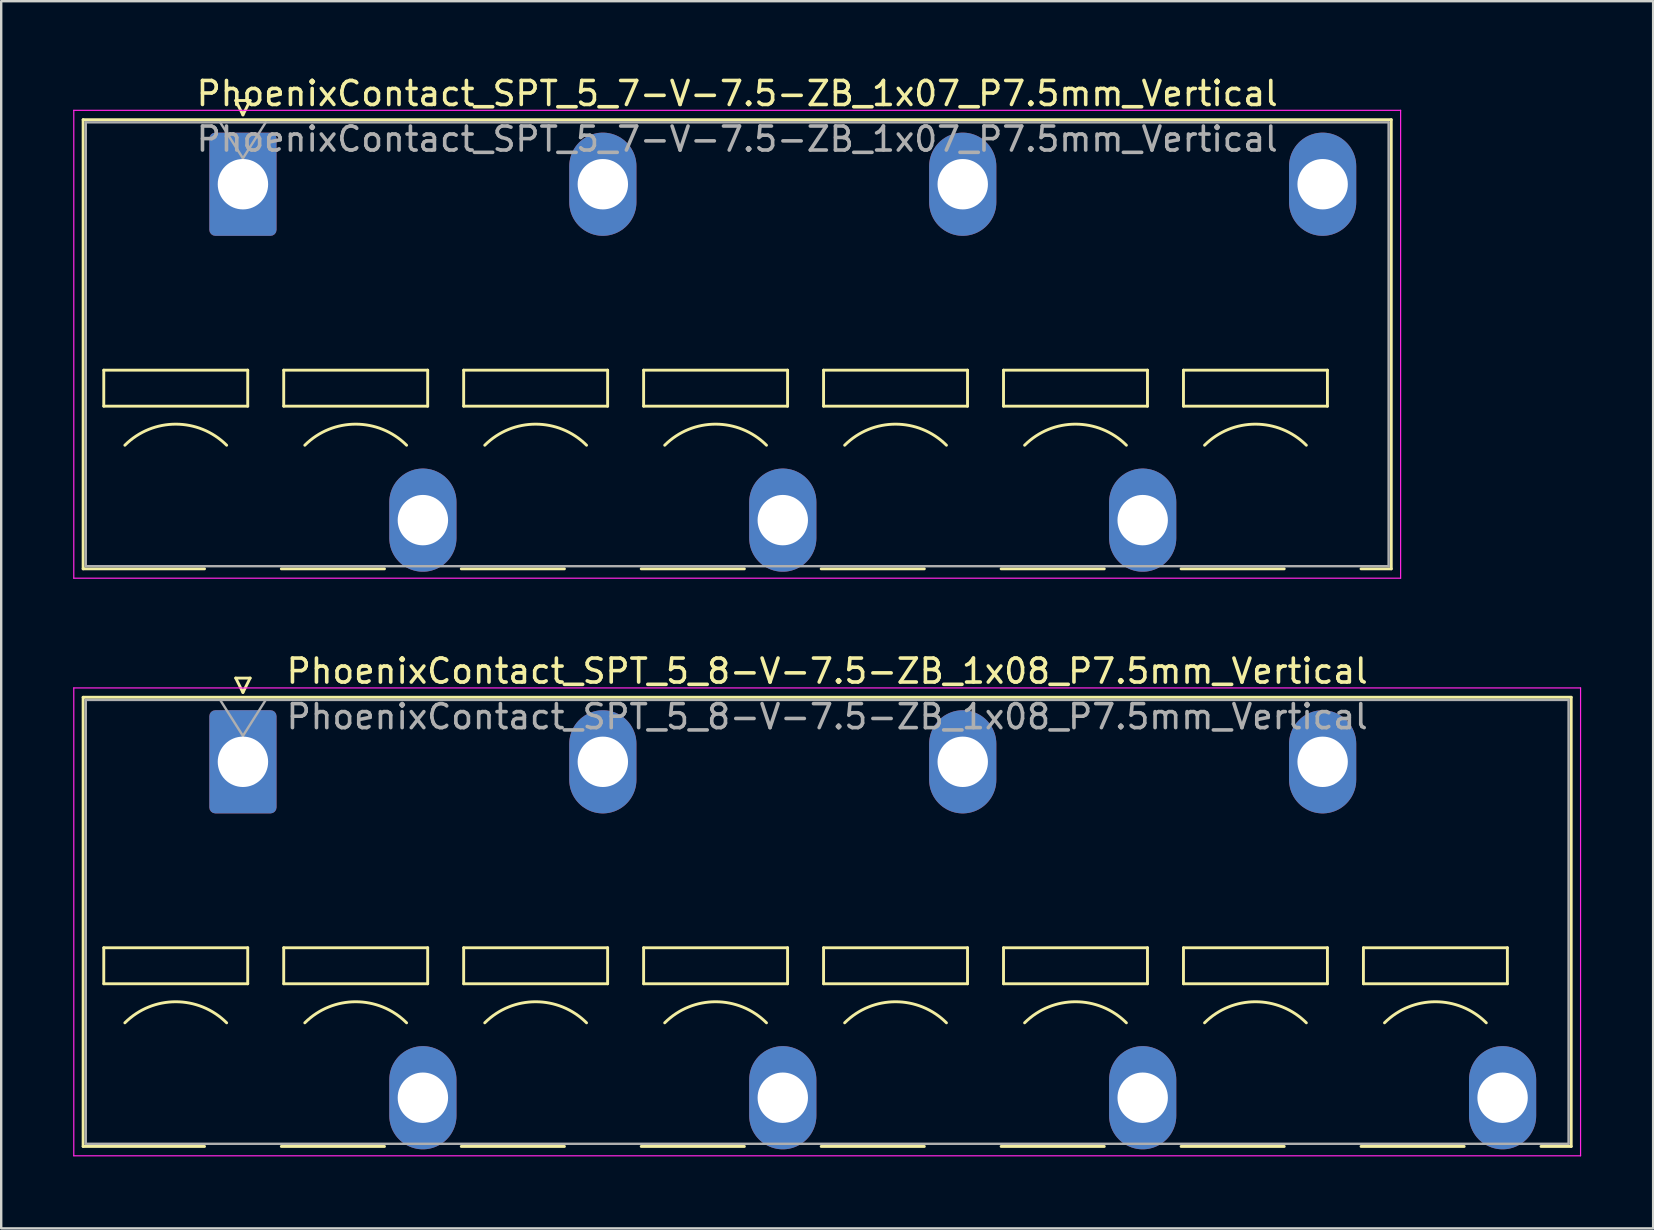
<source format=kicad_pcb>
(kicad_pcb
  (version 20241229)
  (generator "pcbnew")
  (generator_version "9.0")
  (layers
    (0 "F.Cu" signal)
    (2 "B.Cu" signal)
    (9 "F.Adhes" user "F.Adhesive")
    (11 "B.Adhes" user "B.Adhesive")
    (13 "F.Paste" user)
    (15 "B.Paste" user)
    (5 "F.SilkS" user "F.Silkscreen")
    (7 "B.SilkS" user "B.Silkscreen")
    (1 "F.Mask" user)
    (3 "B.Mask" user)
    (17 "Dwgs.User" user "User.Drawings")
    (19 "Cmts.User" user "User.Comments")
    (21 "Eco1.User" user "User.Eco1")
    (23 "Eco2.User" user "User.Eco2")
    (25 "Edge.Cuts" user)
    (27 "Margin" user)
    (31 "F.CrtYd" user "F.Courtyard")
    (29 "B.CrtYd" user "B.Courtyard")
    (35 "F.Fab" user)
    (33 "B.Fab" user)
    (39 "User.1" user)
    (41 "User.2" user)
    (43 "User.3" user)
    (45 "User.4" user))
  (footprint "PhoenixContact_SPT_5_8-V-7.5-ZB_1x08_P7.5mm_Vertical"
    (layer "F.Cu")
    (at 7.075 28.701)
    (property "Reference" "PhoenixContact_SPT_5_8-V-7.5-ZB_1x08_P7.5mm_Vertical" (at 24.35 -3.78 0) (layer "F.SilkS") (effects (font (size 1 1) (thickness 0.15))))
    (attr through_hole)
    (fp_line (start -6.66 -2.69) (end 55.36 -2.69) (stroke (width 0.12) (type solid)) (layer "F.SilkS"))
    (fp_line (start -6.66 16.03) (end -6.66 -2.69) (stroke (width 0.12) (type solid)) (layer "F.SilkS"))
    (fp_line (start -6.66 16.03) (end -1.6 16.03) (stroke (width 0.12) (type solid)) (layer "F.SilkS"))
    (fp_line (start -5.8 7.75) (end -5.8 9.25) (stroke (width 0.12) (type solid)) (layer "F.SilkS"))
    (fp_line (start -5.8 9.25) (end 0.2 9.25) (stroke (width 0.12) (type solid)) (layer "F.SilkS"))
    (fp_line (start -0.3 -3.49) (end 0 -2.89) (stroke (width 0.12) (type solid)) (layer "F.SilkS"))
    (fp_line (start -0.3 -3.49) (end 0.3 -3.49) (stroke (width 0.12) (type solid)) (layer "F.SilkS"))
    (fp_line (start 0.2 7.75) (end -5.8 7.75) (stroke (width 0.12) (type solid)) (layer "F.SilkS"))
    (fp_line (start 0.2 9.25) (end 0.2 7.75) (stroke (width 0.12) (type solid)) (layer "F.SilkS"))
    (fp_line (start 0.3 -3.49) (end 0 -2.89) (stroke (width 0.12) (type solid)) (layer "F.SilkS"))
    (fp_line (start 1.6 16.03) (end 5.9 16.03) (stroke (width 0.12) (type solid)) (layer "F.SilkS"))
    (fp_line (start 1.7 7.75) (end 1.7 9.25) (stroke (width 0.12) (type solid)) (layer "F.SilkS"))
    (fp_line (start 1.7 9.25) (end 7.7 9.25) (stroke (width 0.12) (type solid)) (layer "F.SilkS"))
    (fp_line (start 7.7 7.75) (end 1.7 7.75) (stroke (width 0.12) (type solid)) (layer "F.SilkS"))
    (fp_line (start 7.7 9.25) (end 7.7 7.75) (stroke (width 0.12) (type solid)) (layer "F.SilkS"))
    (fp_line (start 9.1 16.03) (end 13.4 16.03) (stroke (width 0.12) (type solid)) (layer "F.SilkS"))
    (fp_line (start 9.2 7.75) (end 9.2 9.25) (stroke (width 0.12) (type solid)) (layer "F.SilkS"))
    (fp_line (start 9.2 9.25) (end 15.2 9.25) (stroke (width 0.12) (type solid)) (layer "F.SilkS"))
    (fp_line (start 15.2 7.75) (end 9.2 7.75) (stroke (width 0.12) (type solid)) (layer "F.SilkS"))
    (fp_line (start 15.2 9.25) (end 15.2 7.75) (stroke (width 0.12) (type solid)) (layer "F.SilkS"))
    (fp_line (start 16.6 16.03) (end 20.9 16.03) (stroke (width 0.12) (type solid)) (layer "F.SilkS"))
    (fp_line (start 16.7 7.75) (end 16.7 9.25) (stroke (width 0.12) (type solid)) (layer "F.SilkS"))
    (fp_line (start 16.7 9.25) (end 22.7 9.25) (stroke (width 0.12) (type solid)) (layer "F.SilkS"))
    (fp_line (start 22.7 7.75) (end 16.7 7.75) (stroke (width 0.12) (type solid)) (layer "F.SilkS"))
    (fp_line (start 22.7 9.25) (end 22.7 7.75) (stroke (width 0.12) (type solid)) (layer "F.SilkS"))
    (fp_line (start 24.1 16.03) (end 28.4 16.03) (stroke (width 0.12) (type solid)) (layer "F.SilkS"))
    (fp_line (start 24.2 7.75) (end 24.2 9.25) (stroke (width 0.12) (type solid)) (layer "F.SilkS"))
    (fp_line (start 24.2 9.25) (end 30.2 9.25) (stroke (width 0.12) (type solid)) (layer "F.SilkS"))
    (fp_line (start 30.2 7.75) (end 24.2 7.75) (stroke (width 0.12) (type solid)) (layer "F.SilkS"))
    (fp_line (start 30.2 9.25) (end 30.2 7.75) (stroke (width 0.12) (type solid)) (layer "F.SilkS"))
    (fp_line (start 31.6 16.03) (end 35.9 16.03) (stroke (width 0.12) (type solid)) (layer "F.SilkS"))
    (fp_line (start 31.7 7.75) (end 31.7 9.25) (stroke (width 0.12) (type solid)) (layer "F.SilkS"))
    (fp_line (start 31.7 9.25) (end 37.7 9.25) (stroke (width 0.12) (type solid)) (layer "F.SilkS"))
    (fp_line (start 37.7 7.75) (end 31.7 7.75) (stroke (width 0.12) (type solid)) (layer "F.SilkS"))
    (fp_line (start 37.7 9.25) (end 37.7 7.75) (stroke (width 0.12) (type solid)) (layer "F.SilkS"))
    (fp_line (start 39.1 16.03) (end 43.4 16.03) (stroke (width 0.12) (type solid)) (layer "F.SilkS"))
    (fp_line (start 39.2 7.75) (end 39.2 9.25) (stroke (width 0.12) (type solid)) (layer "F.SilkS"))
    (fp_line (start 39.2 9.25) (end 45.2 9.25) (stroke (width 0.12) (type solid)) (layer "F.SilkS"))
    (fp_line (start 45.2 7.75) (end 39.2 7.75) (stroke (width 0.12) (type solid)) (layer "F.SilkS"))
    (fp_line (start 45.2 9.25) (end 45.2 7.75) (stroke (width 0.12) (type solid)) (layer "F.SilkS"))
    (fp_line (start 46.6 16.03) (end 50.9 16.03) (stroke (width 0.12) (type solid)) (layer "F.SilkS"))
    (fp_line (start 46.7 7.75) (end 46.7 9.25) (stroke (width 0.12) (type solid)) (layer "F.SilkS"))
    (fp_line (start 46.7 9.25) (end 52.7 9.25) (stroke (width 0.12) (type solid)) (layer "F.SilkS"))
    (fp_line (start 52.7 7.75) (end 46.7 7.75) (stroke (width 0.12) (type solid)) (layer "F.SilkS"))
    (fp_line (start 52.7 9.25) (end 52.7 7.75) (stroke (width 0.12) (type solid)) (layer "F.SilkS"))
    (fp_line (start 54.1 16.03) (end 55.36 16.03) (stroke (width 0.12) (type solid)) (layer "F.SilkS"))
    (fp_line (start 55.36 -2.69) (end 55.36 16.03) (stroke (width 0.12) (type solid)) (layer "F.SilkS"))
    (fp_arc (start -4.92132 10.87868) (mid -2.8 10) (end -0.67868 10.87868) (stroke (width 0.12) (type solid)) (layer "F.SilkS"))
    (fp_arc (start 2.57868 10.87868) (mid 4.7 10) (end 6.82132 10.87868) (stroke (width 0.12) (type solid)) (layer "F.SilkS"))
    (fp_arc (start 10.07868 10.87868) (mid 12.2 10) (end 14.32132 10.87868) (stroke (width 0.12) (type solid)) (layer "F.SilkS"))
    (fp_arc (start 17.57868 10.87868) (mid 19.7 10) (end 21.82132 10.87868) (stroke (width 0.12) (type solid)) (layer "F.SilkS"))
    (fp_arc (start 25.07868 10.87868) (mid 27.2 10) (end 29.32132 10.87868) (stroke (width 0.12) (type solid)) (layer "F.SilkS"))
    (fp_arc (start 32.57868 10.87868) (mid 34.7 10) (end 36.82132 10.87868) (stroke (width 0.12) (type solid)) (layer "F.SilkS"))
    (fp_arc (start 40.07868 10.87868) (mid 42.2 10) (end 44.32132 10.87868) (stroke (width 0.12) (type solid)) (layer "F.SilkS"))
    (fp_arc (start 47.57868 10.87868) (mid 49.7 10) (end 51.82132 10.87868) (stroke (width 0.12) (type solid)) (layer "F.SilkS"))
    (fp_line (start -7.05 -3.08) (end -7.05 16.42) (stroke (width 0.05) (type solid)) (layer "F.CrtYd"))
    (fp_line (start -7.05 16.42) (end 55.75 16.42) (stroke (width 0.05) (type solid)) (layer "F.CrtYd"))
    (fp_line (start 55.75 -3.08) (end -7.05 -3.08) (stroke (width 0.05) (type solid)) (layer "F.CrtYd"))
    (fp_line (start 55.75 16.42) (end 55.75 -3.08) (stroke (width 0.05) (type solid)) (layer "F.CrtYd"))
    (fp_line (start -6.55 -2.58) (end -6.55 15.92) (stroke (width 0.1) (type solid)) (layer "F.Fab"))
    (fp_line (start -6.55 15.92) (end 55.25 15.92) (stroke (width 0.1) (type solid)) (layer "F.Fab"))
    (fp_line (start -0.95 -2.58) (end 0 -1.08) (stroke (width 0.1) (type solid)) (layer "F.Fab"))
    (fp_line (start 0.95 -2.58) (end 0 -1.08) (stroke (width 0.1) (type solid)) (layer "F.Fab"))
    (fp_line (start 55.25 -2.58) (end -6.55 -2.58) (stroke (width 0.1) (type solid)) (layer "F.Fab"))
    (fp_line (start 55.25 15.92) (end 55.25 -2.58) (stroke (width 0.1) (type solid)) (layer "F.Fab"))
    (fp_text user "${REFERENCE}" (at 24.35 -1.88 0) (layer "F.Fab") (effects (font (size 1 1) (thickness 0.15))))
    (pad "1" thru_hole roundrect (at 0 0) (size 2.8 4.3) (drill 2.1) (layers "*.Cu" "*.Mask") (roundrect_rratio 0.089))
    (pad "2" thru_hole oval (at 7.5 14) (size 2.8 4.3) (drill 2.1) (layers "*.Cu" "*.Mask"))
    (pad "3" thru_hole oval (at 15 0) (size 2.8 4.3) (drill 2.1) (layers "*.Cu" "*.Mask"))
    (pad "4" thru_hole oval (at 22.5 14) (size 2.8 4.3) (drill 2.1) (layers "*.Cu" "*.Mask"))
    (pad "5" thru_hole oval (at 30 0) (size 2.8 4.3) (drill 2.1) (layers "*.Cu" "*.Mask"))
    (pad "6" thru_hole oval (at 37.5 14) (size 2.8 4.3) (drill 2.1) (layers "*.Cu" "*.Mask"))
    (pad "7" thru_hole oval (at 45 0) (size 2.8 4.3) (drill 2.1) (layers "*.Cu" "*.Mask"))
    (pad "8" thru_hole oval (at 52.5 14) (size 2.8 4.3) (drill 2.1) (layers "*.Cu" "*.Mask")))
  (footprint "PhoenixContact_SPT_5_7-V-7.5-ZB_1x07_P7.5mm_Vertical"
    (layer "F.Cu")
    (at 7.075 4.628)
    (property "Reference" "PhoenixContact_SPT_5_7-V-7.5-ZB_1x07_P7.5mm_Vertical" (at 20.6 -3.78 0) (layer "F.SilkS") (effects (font (size 1 1) (thickness 0.15))))
    (attr through_hole)
    (fp_line (start -6.66 -2.69) (end 47.86 -2.69) (stroke (width 0.12) (type solid)) (layer "F.SilkS"))
    (fp_line (start -6.66 16.03) (end -6.66 -2.69) (stroke (width 0.12) (type solid)) (layer "F.SilkS"))
    (fp_line (start -6.66 16.03) (end -1.6 16.03) (stroke (width 0.12) (type solid)) (layer "F.SilkS"))
    (fp_line (start -5.8 7.75) (end -5.8 9.25) (stroke (width 0.12) (type solid)) (layer "F.SilkS"))
    (fp_line (start -5.8 9.25) (end 0.2 9.25) (stroke (width 0.12) (type solid)) (layer "F.SilkS"))
    (fp_line (start -0.3 -3.49) (end 0 -2.89) (stroke (width 0.12) (type solid)) (layer "F.SilkS"))
    (fp_line (start -0.3 -3.49) (end 0.3 -3.49) (stroke (width 0.12) (type solid)) (layer "F.SilkS"))
    (fp_line (start 0.2 7.75) (end -5.8 7.75) (stroke (width 0.12) (type solid)) (layer "F.SilkS"))
    (fp_line (start 0.2 9.25) (end 0.2 7.75) (stroke (width 0.12) (type solid)) (layer "F.SilkS"))
    (fp_line (start 0.3 -3.49) (end 0 -2.89) (stroke (width 0.12) (type solid)) (layer "F.SilkS"))
    (fp_line (start 1.6 16.03) (end 5.9 16.03) (stroke (width 0.12) (type solid)) (layer "F.SilkS"))
    (fp_line (start 1.7 7.75) (end 1.7 9.25) (stroke (width 0.12) (type solid)) (layer "F.SilkS"))
    (fp_line (start 1.7 9.25) (end 7.7 9.25) (stroke (width 0.12) (type solid)) (layer "F.SilkS"))
    (fp_line (start 7.7 7.75) (end 1.7 7.75) (stroke (width 0.12) (type solid)) (layer "F.SilkS"))
    (fp_line (start 7.7 9.25) (end 7.7 7.75) (stroke (width 0.12) (type solid)) (layer "F.SilkS"))
    (fp_line (start 9.1 16.03) (end 13.4 16.03) (stroke (width 0.12) (type solid)) (layer "F.SilkS"))
    (fp_line (start 9.2 7.75) (end 9.2 9.25) (stroke (width 0.12) (type solid)) (layer "F.SilkS"))
    (fp_line (start 9.2 9.25) (end 15.2 9.25) (stroke (width 0.12) (type solid)) (layer "F.SilkS"))
    (fp_line (start 15.2 7.75) (end 9.2 7.75) (stroke (width 0.12) (type solid)) (layer "F.SilkS"))
    (fp_line (start 15.2 9.25) (end 15.2 7.75) (stroke (width 0.12) (type solid)) (layer "F.SilkS"))
    (fp_line (start 16.6 16.03) (end 20.9 16.03) (stroke (width 0.12) (type solid)) (layer "F.SilkS"))
    (fp_line (start 16.7 7.75) (end 16.7 9.25) (stroke (width 0.12) (type solid)) (layer "F.SilkS"))
    (fp_line (start 16.7 9.25) (end 22.7 9.25) (stroke (width 0.12) (type solid)) (layer "F.SilkS"))
    (fp_line (start 22.7 7.75) (end 16.7 7.75) (stroke (width 0.12) (type solid)) (layer "F.SilkS"))
    (fp_line (start 22.7 9.25) (end 22.7 7.75) (stroke (width 0.12) (type solid)) (layer "F.SilkS"))
    (fp_line (start 24.1 16.03) (end 28.4 16.03) (stroke (width 0.12) (type solid)) (layer "F.SilkS"))
    (fp_line (start 24.2 7.75) (end 24.2 9.25) (stroke (width 0.12) (type solid)) (layer "F.SilkS"))
    (fp_line (start 24.2 9.25) (end 30.2 9.25) (stroke (width 0.12) (type solid)) (layer "F.SilkS"))
    (fp_line (start 30.2 7.75) (end 24.2 7.75) (stroke (width 0.12) (type solid)) (layer "F.SilkS"))
    (fp_line (start 30.2 9.25) (end 30.2 7.75) (stroke (width 0.12) (type solid)) (layer "F.SilkS"))
    (fp_line (start 31.6 16.03) (end 35.9 16.03) (stroke (width 0.12) (type solid)) (layer "F.SilkS"))
    (fp_line (start 31.7 7.75) (end 31.7 9.25) (stroke (width 0.12) (type solid)) (layer "F.SilkS"))
    (fp_line (start 31.7 9.25) (end 37.7 9.25) (stroke (width 0.12) (type solid)) (layer "F.SilkS"))
    (fp_line (start 37.7 7.75) (end 31.7 7.75) (stroke (width 0.12) (type solid)) (layer "F.SilkS"))
    (fp_line (start 37.7 9.25) (end 37.7 7.75) (stroke (width 0.12) (type solid)) (layer "F.SilkS"))
    (fp_line (start 39.1 16.03) (end 43.4 16.03) (stroke (width 0.12) (type solid)) (layer "F.SilkS"))
    (fp_line (start 39.2 7.75) (end 39.2 9.25) (stroke (width 0.12) (type solid)) (layer "F.SilkS"))
    (fp_line (start 39.2 9.25) (end 45.2 9.25) (stroke (width 0.12) (type solid)) (layer "F.SilkS"))
    (fp_line (start 45.2 7.75) (end 39.2 7.75) (stroke (width 0.12) (type solid)) (layer "F.SilkS"))
    (fp_line (start 45.2 9.25) (end 45.2 7.75) (stroke (width 0.12) (type solid)) (layer "F.SilkS"))
    (fp_line (start 46.6 16.03) (end 47.86 16.03) (stroke (width 0.12) (type solid)) (layer "F.SilkS"))
    (fp_line (start 47.86 -2.69) (end 47.86 16.03) (stroke (width 0.12) (type solid)) (layer "F.SilkS"))
    (fp_arc (start -4.92132 10.87868) (mid -2.8 10) (end -0.67868 10.87868) (stroke (width 0.12) (type solid)) (layer "F.SilkS"))
    (fp_arc (start 2.57868 10.87868) (mid 4.7 10) (end 6.82132 10.87868) (stroke (width 0.12) (type solid)) (layer "F.SilkS"))
    (fp_arc (start 10.07868 10.87868) (mid 12.2 10) (end 14.32132 10.87868) (stroke (width 0.12) (type solid)) (layer "F.SilkS"))
    (fp_arc (start 17.57868 10.87868) (mid 19.7 10) (end 21.82132 10.87868) (stroke (width 0.12) (type solid)) (layer "F.SilkS"))
    (fp_arc (start 25.07868 10.87868) (mid 27.2 10) (end 29.32132 10.87868) (stroke (width 0.12) (type solid)) (layer "F.SilkS"))
    (fp_arc (start 32.57868 10.87868) (mid 34.7 10) (end 36.82132 10.87868) (stroke (width 0.12) (type solid)) (layer "F.SilkS"))
    (fp_arc (start 40.07868 10.87868) (mid 42.2 10) (end 44.32132 10.87868) (stroke (width 0.12) (type solid)) (layer "F.SilkS"))
    (fp_line (start -7.05 -3.08) (end -7.05 16.42) (stroke (width 0.05) (type solid)) (layer "F.CrtYd"))
    (fp_line (start -7.05 16.42) (end 48.25 16.42) (stroke (width 0.05) (type solid)) (layer "F.CrtYd"))
    (fp_line (start 48.25 -3.08) (end -7.05 -3.08) (stroke (width 0.05) (type solid)) (layer "F.CrtYd"))
    (fp_line (start 48.25 16.42) (end 48.25 -3.08) (stroke (width 0.05) (type solid)) (layer "F.CrtYd"))
    (fp_line (start -6.55 -2.58) (end -6.55 15.92) (stroke (width 0.1) (type solid)) (layer "F.Fab"))
    (fp_line (start -6.55 15.92) (end 47.75 15.92) (stroke (width 0.1) (type solid)) (layer "F.Fab"))
    (fp_line (start -0.95 -2.58) (end 0 -1.08) (stroke (width 0.1) (type solid)) (layer "F.Fab"))
    (fp_line (start 0.95 -2.58) (end 0 -1.08) (stroke (width 0.1) (type solid)) (layer "F.Fab"))
    (fp_line (start 47.75 -2.58) (end -6.55 -2.58) (stroke (width 0.1) (type solid)) (layer "F.Fab"))
    (fp_line (start 47.75 15.92) (end 47.75 -2.58) (stroke (width 0.1) (type solid)) (layer "F.Fab"))
    (fp_text user "${REFERENCE}" (at 20.6 -1.88 0) (layer "F.Fab") (effects (font (size 1 1) (thickness 0.15))))
    (pad "1" thru_hole roundrect (at 0 0) (size 2.8 4.3) (drill 2.1) (layers "*.Cu" "*.Mask") (roundrect_rratio 0.089))
    (pad "2" thru_hole oval (at 7.5 14) (size 2.8 4.3) (drill 2.1) (layers "*.Cu" "*.Mask"))
    (pad "3" thru_hole oval (at 15 0) (size 2.8 4.3) (drill 2.1) (layers "*.Cu" "*.Mask"))
    (pad "4" thru_hole oval (at 22.5 14) (size 2.8 4.3) (drill 2.1) (layers "*.Cu" "*.Mask"))
    (pad "5" thru_hole oval (at 30 0) (size 2.8 4.3) (drill 2.1) (layers "*.Cu" "*.Mask"))
    (pad "6" thru_hole oval (at 37.5 14) (size 2.8 4.3) (drill 2.1) (layers "*.Cu" "*.Mask"))
    (pad "7" thru_hole oval (at 45 0) (size 2.8 4.3) (drill 2.1) (layers "*.Cu" "*.Mask")))
  (gr_rect
    (start -3 -3)
    (end 65.85 48.147)
    (stroke (width 0.1) (type default))
    (fill no)
    (layer "Edge.Cuts")))
</source>
